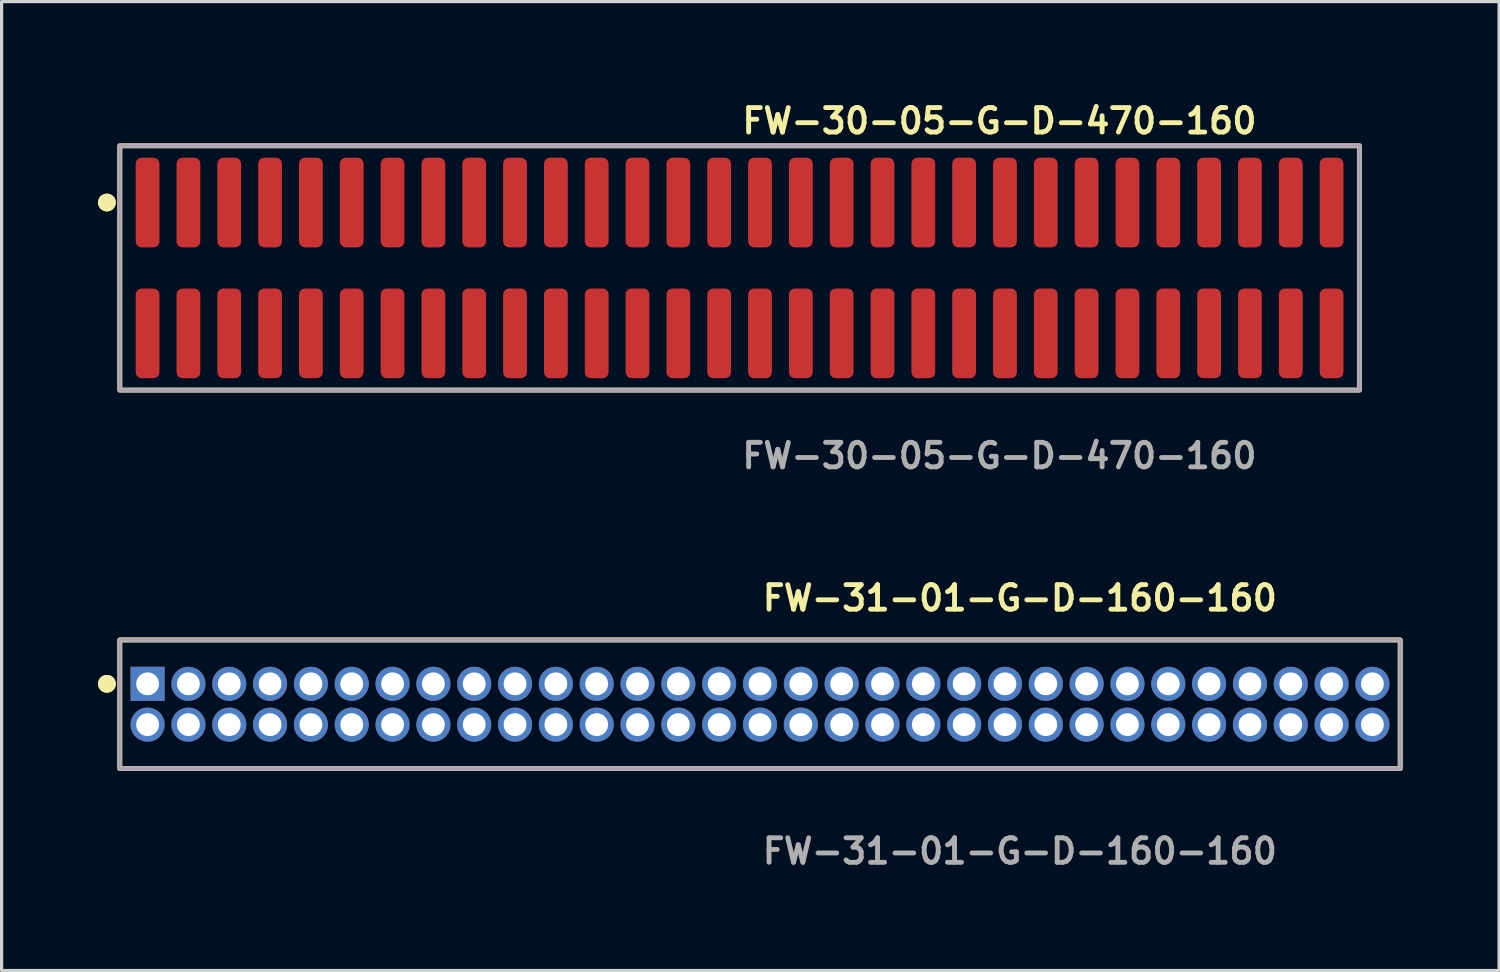
<source format=kicad_pcb>
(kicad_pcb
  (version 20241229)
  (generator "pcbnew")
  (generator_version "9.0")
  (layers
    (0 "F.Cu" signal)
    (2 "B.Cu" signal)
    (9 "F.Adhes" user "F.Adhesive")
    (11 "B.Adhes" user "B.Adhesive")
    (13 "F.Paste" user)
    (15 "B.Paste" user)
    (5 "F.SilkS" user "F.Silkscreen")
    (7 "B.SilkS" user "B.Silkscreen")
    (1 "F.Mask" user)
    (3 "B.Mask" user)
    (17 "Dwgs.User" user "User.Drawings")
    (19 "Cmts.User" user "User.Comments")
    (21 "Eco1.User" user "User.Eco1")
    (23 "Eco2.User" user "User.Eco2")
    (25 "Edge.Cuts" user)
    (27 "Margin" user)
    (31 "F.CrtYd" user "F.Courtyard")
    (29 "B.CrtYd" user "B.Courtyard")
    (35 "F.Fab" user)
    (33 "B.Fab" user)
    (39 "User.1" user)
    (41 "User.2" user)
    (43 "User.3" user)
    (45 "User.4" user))
  (footprint "FW-30-05-G-D-470-160"
    (layer "F.Cu")
    (at 19.956 5.285)
    (property "Reference" "FW-30-05-G-D-470-160" (at 0 -4.572 0) (unlocked yes) (layer "F.SilkS") (effects (font (size 0.762 0.762) (thickness 0.152)) (justify left)))
    (fp_rect (start -19.28 3.8) (end 19.28 -3.8) (stroke (width 0.152) (type solid)) (fill no) (layer "F.SilkS"))
    (fp_circle (center -19.68 -2.035) (end -19.88 -2.035) (stroke (width 0.152) (type solid)) (fill yes) (layer "F.SilkS"))
    (fp_circle (center -19.68 -2.035) (end -19.88 -2.035) (stroke (width 0.152) (type solid)) (fill yes) (layer "F.SilkS"))
    (fp_rect (start -19.28 3.8) (end 19.28 -3.8) (stroke (width 0.006) (type solid)) (fill no) (layer "F.CrtYd"))
    (fp_rect (start -19.28 3.8) (end 19.28 -3.8) (stroke (width 0.152) (type solid)) (fill no) (layer "F.Fab"))
    (fp_text user "${REFERENCE}" (at 0 5.842 0) (unlocked yes) (layer "F.Fab") (effects (font (size 0.762 0.762) (thickness 0.152)) (justify left)))
    (pad "1" smd roundrect (at -18.415 -2.035) (size 0.74 2.79) (layers "F.Cu" "F.Paste") (roundrect_rratio 0.25))
    (pad "2" smd roundrect (at -18.415 2.035) (size 0.74 2.79) (layers "F.Cu" "F.Paste") (roundrect_rratio 0.25))
    (pad "3" smd roundrect (at -17.145 -2.035) (size 0.74 2.79) (layers "F.Cu" "F.Paste") (roundrect_rratio 0.25))
    (pad "4" smd roundrect (at -17.145 2.035) (size 0.74 2.79) (layers "F.Cu" "F.Paste") (roundrect_rratio 0.25))
    (pad "5" smd roundrect (at -15.875 -2.035) (size 0.74 2.79) (layers "F.Cu" "F.Paste") (roundrect_rratio 0.25))
    (pad "6" smd roundrect (at -15.875 2.035) (size 0.74 2.79) (layers "F.Cu" "F.Paste") (roundrect_rratio 0.25))
    (pad "7" smd roundrect (at -14.605 -2.035) (size 0.74 2.79) (layers "F.Cu" "F.Paste") (roundrect_rratio 0.25))
    (pad "8" smd roundrect (at -14.605 2.035) (size 0.74 2.79) (layers "F.Cu" "F.Paste") (roundrect_rratio 0.25))
    (pad "9" smd roundrect (at -13.335 -2.035) (size 0.74 2.79) (layers "F.Cu" "F.Paste") (roundrect_rratio 0.25))
    (pad "10" smd roundrect (at -13.335 2.035) (size 0.74 2.79) (layers "F.Cu" "F.Paste") (roundrect_rratio 0.25))
    (pad "11" smd roundrect (at -12.065 -2.035) (size 0.74 2.79) (layers "F.Cu" "F.Paste") (roundrect_rratio 0.25))
    (pad "12" smd roundrect (at -12.065 2.035) (size 0.74 2.79) (layers "F.Cu" "F.Paste") (roundrect_rratio 0.25))
    (pad "13" smd roundrect (at -10.795 -2.035) (size 0.74 2.79) (layers "F.Cu" "F.Paste") (roundrect_rratio 0.25))
    (pad "14" smd roundrect (at -10.795 2.035) (size 0.74 2.79) (layers "F.Cu" "F.Paste") (roundrect_rratio 0.25))
    (pad "15" smd roundrect (at -9.525 -2.035) (size 0.74 2.79) (layers "F.Cu" "F.Paste") (roundrect_rratio 0.25))
    (pad "16" smd roundrect (at -9.525 2.035) (size 0.74 2.79) (layers "F.Cu" "F.Paste") (roundrect_rratio 0.25))
    (pad "17" smd roundrect (at -8.255 -2.035) (size 0.74 2.79) (layers "F.Cu" "F.Paste") (roundrect_rratio 0.25))
    (pad "18" smd roundrect (at -8.255 2.035) (size 0.74 2.79) (layers "F.Cu" "F.Paste") (roundrect_rratio 0.25))
    (pad "19" smd roundrect (at -6.985 -2.035) (size 0.74 2.79) (layers "F.Cu" "F.Paste") (roundrect_rratio 0.25))
    (pad "20" smd roundrect (at -6.985 2.035) (size 0.74 2.79) (layers "F.Cu" "F.Paste") (roundrect_rratio 0.25))
    (pad "21" smd roundrect (at -5.715 -2.035) (size 0.74 2.79) (layers "F.Cu" "F.Paste") (roundrect_rratio 0.25))
    (pad "22" smd roundrect (at -5.715 2.035) (size 0.74 2.79) (layers "F.Cu" "F.Paste") (roundrect_rratio 0.25))
    (pad "23" smd roundrect (at -4.445 -2.035) (size 0.74 2.79) (layers "F.Cu" "F.Paste") (roundrect_rratio 0.25))
    (pad "24" smd roundrect (at -4.445 2.035) (size 0.74 2.79) (layers "F.Cu" "F.Paste") (roundrect_rratio 0.25))
    (pad "25" smd roundrect (at -3.175 -2.035) (size 0.74 2.79) (layers "F.Cu" "F.Paste") (roundrect_rratio 0.25))
    (pad "26" smd roundrect (at -3.175 2.035) (size 0.74 2.79) (layers "F.Cu" "F.Paste") (roundrect_rratio 0.25))
    (pad "27" smd roundrect (at -1.905 -2.035) (size 0.74 2.79) (layers "F.Cu" "F.Paste") (roundrect_rratio 0.25))
    (pad "28" smd roundrect (at -1.905 2.035) (size 0.74 2.79) (layers "F.Cu" "F.Paste") (roundrect_rratio 0.25))
    (pad "29" smd roundrect (at -0.635 -2.035) (size 0.74 2.79) (layers "F.Cu" "F.Paste") (roundrect_rratio 0.25))
    (pad "30" smd roundrect (at -0.635 2.035) (size 0.74 2.79) (layers "F.Cu" "F.Paste") (roundrect_rratio 0.25))
    (pad "31" smd roundrect (at 0.635 -2.035) (size 0.74 2.79) (layers "F.Cu" "F.Paste") (roundrect_rratio 0.25))
    (pad "32" smd roundrect (at 0.635 2.035) (size 0.74 2.79) (layers "F.Cu" "F.Paste") (roundrect_rratio 0.25))
    (pad "33" smd roundrect (at 1.905 -2.035) (size 0.74 2.79) (layers "F.Cu" "F.Paste") (roundrect_rratio 0.25))
    (pad "34" smd roundrect (at 1.905 2.035) (size 0.74 2.79) (layers "F.Cu" "F.Paste") (roundrect_rratio 0.25))
    (pad "35" smd roundrect (at 3.175 -2.035) (size 0.74 2.79) (layers "F.Cu" "F.Paste") (roundrect_rratio 0.25))
    (pad "36" smd roundrect (at 3.175 2.035) (size 0.74 2.79) (layers "F.Cu" "F.Paste") (roundrect_rratio 0.25))
    (pad "37" smd roundrect (at 4.445 -2.035) (size 0.74 2.79) (layers "F.Cu" "F.Paste") (roundrect_rratio 0.25))
    (pad "38" smd roundrect (at 4.445 2.035) (size 0.74 2.79) (layers "F.Cu" "F.Paste") (roundrect_rratio 0.25))
    (pad "39" smd roundrect (at 5.715 -2.035) (size 0.74 2.79) (layers "F.Cu" "F.Paste") (roundrect_rratio 0.25))
    (pad "40" smd roundrect (at 5.715 2.035) (size 0.74 2.79) (layers "F.Cu" "F.Paste") (roundrect_rratio 0.25))
    (pad "41" smd roundrect (at 6.985 -2.035) (size 0.74 2.79) (layers "F.Cu" "F.Paste") (roundrect_rratio 0.25))
    (pad "42" smd roundrect (at 6.985 2.035) (size 0.74 2.79) (layers "F.Cu" "F.Paste") (roundrect_rratio 0.25))
    (pad "43" smd roundrect (at 8.255 -2.035) (size 0.74 2.79) (layers "F.Cu" "F.Paste") (roundrect_rratio 0.25))
    (pad "44" smd roundrect (at 8.255 2.035) (size 0.74 2.79) (layers "F.Cu" "F.Paste") (roundrect_rratio 0.25))
    (pad "45" smd roundrect (at 9.525 -2.035) (size 0.74 2.79) (layers "F.Cu" "F.Paste") (roundrect_rratio 0.25))
    (pad "46" smd roundrect (at 9.525 2.035) (size 0.74 2.79) (layers "F.Cu" "F.Paste") (roundrect_rratio 0.25))
    (pad "47" smd roundrect (at 10.795 -2.035) (size 0.74 2.79) (layers "F.Cu" "F.Paste") (roundrect_rratio 0.25))
    (pad "48" smd roundrect (at 10.795 2.035) (size 0.74 2.79) (layers "F.Cu" "F.Paste") (roundrect_rratio 0.25))
    (pad "49" smd roundrect (at 12.065 -2.035) (size 0.74 2.79) (layers "F.Cu" "F.Paste") (roundrect_rratio 0.25))
    (pad "50" smd roundrect (at 12.065 2.035) (size 0.74 2.79) (layers "F.Cu" "F.Paste") (roundrect_rratio 0.25))
    (pad "51" smd roundrect (at 13.335 -2.035) (size 0.74 2.79) (layers "F.Cu" "F.Paste") (roundrect_rratio 0.25))
    (pad "52" smd roundrect (at 13.335 2.035) (size 0.74 2.79) (layers "F.Cu" "F.Paste") (roundrect_rratio 0.25))
    (pad "53" smd roundrect (at 14.605 -2.035) (size 0.74 2.79) (layers "F.Cu" "F.Paste") (roundrect_rratio 0.25))
    (pad "54" smd roundrect (at 14.605 2.035) (size 0.74 2.79) (layers "F.Cu" "F.Paste") (roundrect_rratio 0.25))
    (pad "55" smd roundrect (at 15.875 -2.035) (size 0.74 2.79) (layers "F.Cu" "F.Paste") (roundrect_rratio 0.25))
    (pad "56" smd roundrect (at 15.875 2.035) (size 0.74 2.79) (layers "F.Cu" "F.Paste") (roundrect_rratio 0.25))
    (pad "57" smd roundrect (at 17.145 -2.035) (size 0.74 2.79) (layers "F.Cu" "F.Paste") (roundrect_rratio 0.25))
    (pad "58" smd roundrect (at 17.145 2.035) (size 0.74 2.79) (layers "F.Cu" "F.Paste") (roundrect_rratio 0.25))
    (pad "59" smd roundrect (at 18.415 -2.035) (size 0.74 2.79) (layers "F.Cu" "F.Paste") (roundrect_rratio 0.25))
    (pad "60" smd roundrect (at 18.415 2.035) (size 0.74 2.79) (layers "F.Cu" "F.Paste") (roundrect_rratio 0.25)))
  (footprint "FW-31-01-G-D-160-160"
    (layer "F.Cu")
    (at 20.591 18.856)
    (property "Reference" "FW-31-01-G-D-160-160" (at 0 -3.302 0) (unlocked yes) (layer "F.SilkS") (effects (font (size 0.762 0.762) (thickness 0.152)) (justify left)))
    (fp_rect (start -19.915 2) (end 19.915 -2) (stroke (width 0.152) (type solid)) (fill no) (layer "F.SilkS"))
    (fp_circle (center -20.315 -0.635) (end -20.515 -0.635) (stroke (width 0.152) (type solid)) (fill yes) (layer "F.SilkS"))
    (fp_circle (center -20.315 -0.635) (end -20.515 -0.635) (stroke (width 0.152) (type solid)) (fill yes) (layer "F.SilkS"))
    (fp_rect (start -19.915 2) (end 19.915 -2) (stroke (width 0.006) (type solid)) (fill no) (layer "F.CrtYd"))
    (fp_rect (start -19.915 2) (end 19.915 -2) (stroke (width 0.152) (type solid)) (fill no) (layer "F.Fab"))
    (fp_text user "${REFERENCE}" (at 0 4.572 0) (unlocked yes) (layer "F.Fab") (effects (font (size 0.762 0.762) (thickness 0.152)) (justify left)))
    (pad "1" thru_hole rect (at -19.05 -0.635) (size 1.06 1.06) (drill 0.71) (layers "*.Cu" "*.Mask"))
    (pad "2" thru_hole circle (at -19.05 0.635) (size 1.06 1.06) (drill 0.71) (layers "*.Cu" "*.Mask"))
    (pad "3" thru_hole circle (at -17.78 -0.635) (size 1.06 1.06) (drill 0.71) (layers "*.Cu" "*.Mask"))
    (pad "4" thru_hole circle (at -17.78 0.635) (size 1.06 1.06) (drill 0.71) (layers "*.Cu" "*.Mask"))
    (pad "5" thru_hole circle (at -16.51 -0.635) (size 1.06 1.06) (drill 0.71) (layers "*.Cu" "*.Mask"))
    (pad "6" thru_hole circle (at -16.51 0.635) (size 1.06 1.06) (drill 0.71) (layers "*.Cu" "*.Mask"))
    (pad "7" thru_hole circle (at -15.24 -0.635) (size 1.06 1.06) (drill 0.71) (layers "*.Cu" "*.Mask"))
    (pad "8" thru_hole circle (at -15.24 0.635) (size 1.06 1.06) (drill 0.71) (layers "*.Cu" "*.Mask"))
    (pad "9" thru_hole circle (at -13.97 -0.635) (size 1.06 1.06) (drill 0.71) (layers "*.Cu" "*.Mask"))
    (pad "10" thru_hole circle (at -13.97 0.635) (size 1.06 1.06) (drill 0.71) (layers "*.Cu" "*.Mask"))
    (pad "11" thru_hole circle (at -12.7 -0.635) (size 1.06 1.06) (drill 0.71) (layers "*.Cu" "*.Mask"))
    (pad "12" thru_hole circle (at -12.7 0.635) (size 1.06 1.06) (drill 0.71) (layers "*.Cu" "*.Mask"))
    (pad "13" thru_hole circle (at -11.43 -0.635) (size 1.06 1.06) (drill 0.71) (layers "*.Cu" "*.Mask"))
    (pad "14" thru_hole circle (at -11.43 0.635) (size 1.06 1.06) (drill 0.71) (layers "*.Cu" "*.Mask"))
    (pad "15" thru_hole circle (at -10.16 -0.635) (size 1.06 1.06) (drill 0.71) (layers "*.Cu" "*.Mask"))
    (pad "16" thru_hole circle (at -10.16 0.635) (size 1.06 1.06) (drill 0.71) (layers "*.Cu" "*.Mask"))
    (pad "17" thru_hole circle (at -8.89 -0.635) (size 1.06 1.06) (drill 0.71) (layers "*.Cu" "*.Mask"))
    (pad "18" thru_hole circle (at -8.89 0.635) (size 1.06 1.06) (drill 0.71) (layers "*.Cu" "*.Mask"))
    (pad "19" thru_hole circle (at -7.62 -0.635) (size 1.06 1.06) (drill 0.71) (layers "*.Cu" "*.Mask"))
    (pad "20" thru_hole circle (at -7.62 0.635) (size 1.06 1.06) (drill 0.71) (layers "*.Cu" "*.Mask"))
    (pad "21" thru_hole circle (at -6.35 -0.635) (size 1.06 1.06) (drill 0.71) (layers "*.Cu" "*.Mask"))
    (pad "22" thru_hole circle (at -6.35 0.635) (size 1.06 1.06) (drill 0.71) (layers "*.Cu" "*.Mask"))
    (pad "23" thru_hole circle (at -5.08 -0.635) (size 1.06 1.06) (drill 0.71) (layers "*.Cu" "*.Mask"))
    (pad "24" thru_hole circle (at -5.08 0.635) (size 1.06 1.06) (drill 0.71) (layers "*.Cu" "*.Mask"))
    (pad "25" thru_hole circle (at -3.81 -0.635) (size 1.06 1.06) (drill 0.71) (layers "*.Cu" "*.Mask"))
    (pad "26" thru_hole circle (at -3.81 0.635) (size 1.06 1.06) (drill 0.71) (layers "*.Cu" "*.Mask"))
    (pad "27" thru_hole circle (at -2.54 -0.635) (size 1.06 1.06) (drill 0.71) (layers "*.Cu" "*.Mask"))
    (pad "28" thru_hole circle (at -2.54 0.635) (size 1.06 1.06) (drill 0.71) (layers "*.Cu" "*.Mask"))
    (pad "29" thru_hole circle (at -1.27 -0.635) (size 1.06 1.06) (drill 0.71) (layers "*.Cu" "*.Mask"))
    (pad "30" thru_hole circle (at -1.27 0.635) (size 1.06 1.06) (drill 0.71) (layers "*.Cu" "*.Mask"))
    (pad "31" thru_hole circle (at 0 -0.635) (size 1.06 1.06) (drill 0.71) (layers "*.Cu" "*.Mask"))
    (pad "32" thru_hole circle (at 0 0.635) (size 1.06 1.06) (drill 0.71) (layers "*.Cu" "*.Mask"))
    (pad "33" thru_hole circle (at 1.27 -0.635) (size 1.06 1.06) (drill 0.71) (layers "*.Cu" "*.Mask"))
    (pad "34" thru_hole circle (at 1.27 0.635) (size 1.06 1.06) (drill 0.71) (layers "*.Cu" "*.Mask"))
    (pad "35" thru_hole circle (at 2.54 -0.635) (size 1.06 1.06) (drill 0.71) (layers "*.Cu" "*.Mask"))
    (pad "36" thru_hole circle (at 2.54 0.635) (size 1.06 1.06) (drill 0.71) (layers "*.Cu" "*.Mask"))
    (pad "37" thru_hole circle (at 3.81 -0.635) (size 1.06 1.06) (drill 0.71) (layers "*.Cu" "*.Mask"))
    (pad "38" thru_hole circle (at 3.81 0.635) (size 1.06 1.06) (drill 0.71) (layers "*.Cu" "*.Mask"))
    (pad "39" thru_hole circle (at 5.08 -0.635) (size 1.06 1.06) (drill 0.71) (layers "*.Cu" "*.Mask"))
    (pad "40" thru_hole circle (at 5.08 0.635) (size 1.06 1.06) (drill 0.71) (layers "*.Cu" "*.Mask"))
    (pad "41" thru_hole circle (at 6.35 -0.635) (size 1.06 1.06) (drill 0.71) (layers "*.Cu" "*.Mask"))
    (pad "42" thru_hole circle (at 6.35 0.635) (size 1.06 1.06) (drill 0.71) (layers "*.Cu" "*.Mask"))
    (pad "43" thru_hole circle (at 7.62 -0.635) (size 1.06 1.06) (drill 0.71) (layers "*.Cu" "*.Mask"))
    (pad "44" thru_hole circle (at 7.62 0.635) (size 1.06 1.06) (drill 0.71) (layers "*.Cu" "*.Mask"))
    (pad "45" thru_hole circle (at 8.89 -0.635) (size 1.06 1.06) (drill 0.71) (layers "*.Cu" "*.Mask"))
    (pad "46" thru_hole circle (at 8.89 0.635) (size 1.06 1.06) (drill 0.71) (layers "*.Cu" "*.Mask"))
    (pad "47" thru_hole circle (at 10.16 -0.635) (size 1.06 1.06) (drill 0.71) (layers "*.Cu" "*.Mask"))
    (pad "48" thru_hole circle (at 10.16 0.635) (size 1.06 1.06) (drill 0.71) (layers "*.Cu" "*.Mask"))
    (pad "49" thru_hole circle (at 11.43 -0.635) (size 1.06 1.06) (drill 0.71) (layers "*.Cu" "*.Mask"))
    (pad "50" thru_hole circle (at 11.43 0.635) (size 1.06 1.06) (drill 0.71) (layers "*.Cu" "*.Mask"))
    (pad "51" thru_hole circle (at 12.7 -0.635) (size 1.06 1.06) (drill 0.71) (layers "*.Cu" "*.Mask"))
    (pad "52" thru_hole circle (at 12.7 0.635) (size 1.06 1.06) (drill 0.71) (layers "*.Cu" "*.Mask"))
    (pad "53" thru_hole circle (at 13.97 -0.635) (size 1.06 1.06) (drill 0.71) (layers "*.Cu" "*.Mask"))
    (pad "54" thru_hole circle (at 13.97 0.635) (size 1.06 1.06) (drill 0.71) (layers "*.Cu" "*.Mask"))
    (pad "55" thru_hole circle (at 15.24 -0.635) (size 1.06 1.06) (drill 0.71) (layers "*.Cu" "*.Mask"))
    (pad "56" thru_hole circle (at 15.24 0.635) (size 1.06 1.06) (drill 0.71) (layers "*.Cu" "*.Mask"))
    (pad "57" thru_hole circle (at 16.51 -0.635) (size 1.06 1.06) (drill 0.71) (layers "*.Cu" "*.Mask"))
    (pad "58" thru_hole circle (at 16.51 0.635) (size 1.06 1.06) (drill 0.71) (layers "*.Cu" "*.Mask"))
    (pad "59" thru_hole circle (at 17.78 -0.635) (size 1.06 1.06) (drill 0.71) (layers "*.Cu" "*.Mask"))
    (pad "60" thru_hole circle (at 17.78 0.635) (size 1.06 1.06) (drill 0.71) (layers "*.Cu" "*.Mask"))
    (pad "61" thru_hole circle (at 19.05 -0.635) (size 1.06 1.06) (drill 0.71) (layers "*.Cu" "*.Mask"))
    (pad "62" thru_hole circle (at 19.05 0.635) (size 1.06 1.06) (drill 0.71) (layers "*.Cu" "*.Mask")))
  (gr_rect
    (start -3 -3)
    (end 43.582 27.141)
    (stroke (width 0.1) (type default))
    (fill no)
    (layer "Edge.Cuts")))
</source>
